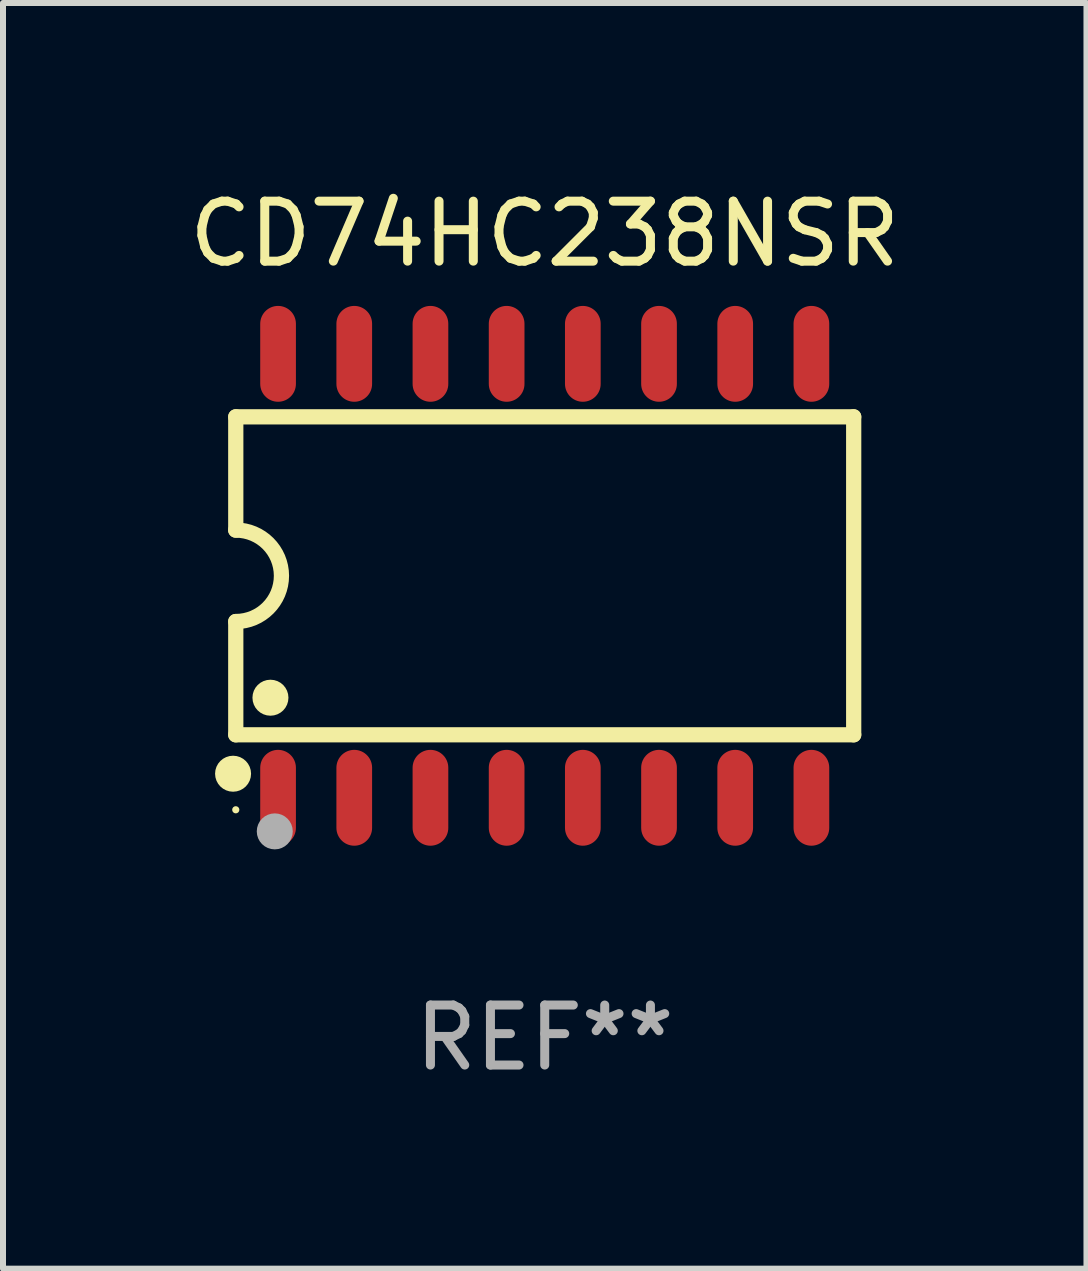
<source format=kicad_pcb>
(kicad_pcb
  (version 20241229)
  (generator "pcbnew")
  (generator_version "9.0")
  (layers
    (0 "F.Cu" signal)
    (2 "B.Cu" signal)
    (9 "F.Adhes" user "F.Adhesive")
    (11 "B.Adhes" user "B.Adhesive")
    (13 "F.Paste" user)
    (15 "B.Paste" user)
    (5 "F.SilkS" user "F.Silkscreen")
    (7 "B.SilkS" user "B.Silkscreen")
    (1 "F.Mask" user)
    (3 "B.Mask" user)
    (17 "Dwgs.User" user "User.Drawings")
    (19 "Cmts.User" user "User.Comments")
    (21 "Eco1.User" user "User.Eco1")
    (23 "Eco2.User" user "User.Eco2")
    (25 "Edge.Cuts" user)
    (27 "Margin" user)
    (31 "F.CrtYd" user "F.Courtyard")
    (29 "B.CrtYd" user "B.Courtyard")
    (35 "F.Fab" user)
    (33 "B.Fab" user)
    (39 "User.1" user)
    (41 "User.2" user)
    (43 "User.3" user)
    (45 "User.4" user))
  (footprint "CD74HC238NSR"
    (layer "F.Cu")
    (at 6.03 6.548)
    (property "Reference" "CD74HC238NSR" (at 0 -5.7 0) (layer "F.SilkS") (effects (font (size 1 1) (thickness 0.15))))
    (attr through_hole)
    (fp_line (start -5.15 -2.65) (end -5.15 -0.762) (stroke (width 0.254) (type solid)) (layer "F.SilkS"))
    (fp_line (start -5.15 -2.65) (end 5.15 -2.65) (stroke (width 0.254) (type solid)) (layer "F.SilkS"))
    (fp_line (start -5.15 2.65) (end -5.15 0.762) (stroke (width 0.254) (type solid)) (layer "F.SilkS"))
    (fp_line (start 5.15 -2.65) (end 5.15 2.65) (stroke (width 0.254) (type solid)) (layer "F.SilkS"))
    (fp_line (start 5.15 2.65) (end -5.15 2.65) (stroke (width 0.254) (type solid)) (layer "F.SilkS"))
    (fp_arc (start -5.151131 -0.762003) (mid -4.389128 -0.000559) (end -5.150013 0.762002) (stroke (width 0.254001) (type solid)) (layer "F.SilkS"))
    (fp_circle (center -5.195 3.299) (end -5.045 3.299) (stroke (width 0.3) (type solid)) (fill no) (layer "F.SilkS"))
    (fp_circle (center -5.15 3.9) (end -5.12 3.9) (stroke (width 0.06) (type solid)) (fill no) (layer "F.SilkS"))
    (fp_circle (center -4.572 2.032) (end -4.422 2.032) (stroke (width 0.3) (type solid)) (fill no) (layer "F.SilkS"))
    (fp_circle (center -4.5 4.26) (end -4.35 4.26) (stroke (width 0.3) (type solid)) (fill no) (layer "F.Fab"))
    (fp_text user "REF**" (at 0 7.7 0) (layer "F.Fab") (effects (font (size 1 1) (thickness 0.15))))
    (pad "1" smd oval (at -4.445 3.7) (size 0.595 1.598) (layers "F.Cu" "F.Mask" "F.Paste"))
    (pad "2" smd oval (at -3.175 3.7) (size 0.595 1.598) (layers "F.Cu" "F.Mask" "F.Paste"))
    (pad "3" smd oval (at -1.905 3.7) (size 0.595 1.598) (layers "F.Cu" "F.Mask" "F.Paste"))
    (pad "4" smd oval (at -0.635 3.7) (size 0.595 1.598) (layers "F.Cu" "F.Mask" "F.Paste"))
    (pad "5" smd oval (at 0.635 3.7) (size 0.595 1.598) (layers "F.Cu" "F.Mask" "F.Paste"))
    (pad "6" smd oval (at 1.905 3.7) (size 0.595 1.598) (layers "F.Cu" "F.Mask" "F.Paste"))
    (pad "7" smd oval (at 3.175 3.7) (size 0.595 1.598) (layers "F.Cu" "F.Mask" "F.Paste"))
    (pad "8" smd oval (at 4.445 3.7) (size 0.595 1.598) (layers "F.Cu" "F.Mask" "F.Paste"))
    (pad "9" smd oval (at 4.445 -3.7) (size 0.595 1.598) (layers "F.Cu" "F.Mask" "F.Paste"))
    (pad "10" smd oval (at 3.175 -3.7) (size 0.595 1.598) (layers "F.Cu" "F.Mask" "F.Paste"))
    (pad "11" smd oval (at 1.905 -3.7) (size 0.595 1.598) (layers "F.Cu" "F.Mask" "F.Paste"))
    (pad "12" smd oval (at 0.635 -3.7) (size 0.595 1.598) (layers "F.Cu" "F.Mask" "F.Paste"))
    (pad "13" smd oval (at -0.635 -3.7) (size 0.595 1.598) (layers "F.Cu" "F.Mask" "F.Paste"))
    (pad "14" smd oval (at -1.905 -3.7) (size 0.595 1.598) (layers "F.Cu" "F.Mask" "F.Paste"))
    (pad "15" smd oval (at -3.175 -3.7) (size 0.595 1.598) (layers "F.Cu" "F.Mask" "F.Paste"))
    (pad "16" smd oval (at -4.445 -3.7) (size 0.595 1.598) (layers "F.Cu" "F.Mask" "F.Paste")))
  (gr_rect
    (start -3 -3)
    (end 15.06 18.097)
    (stroke (width 0.1) (type default))
    (fill no)
    (layer "Edge.Cuts")))
</source>
